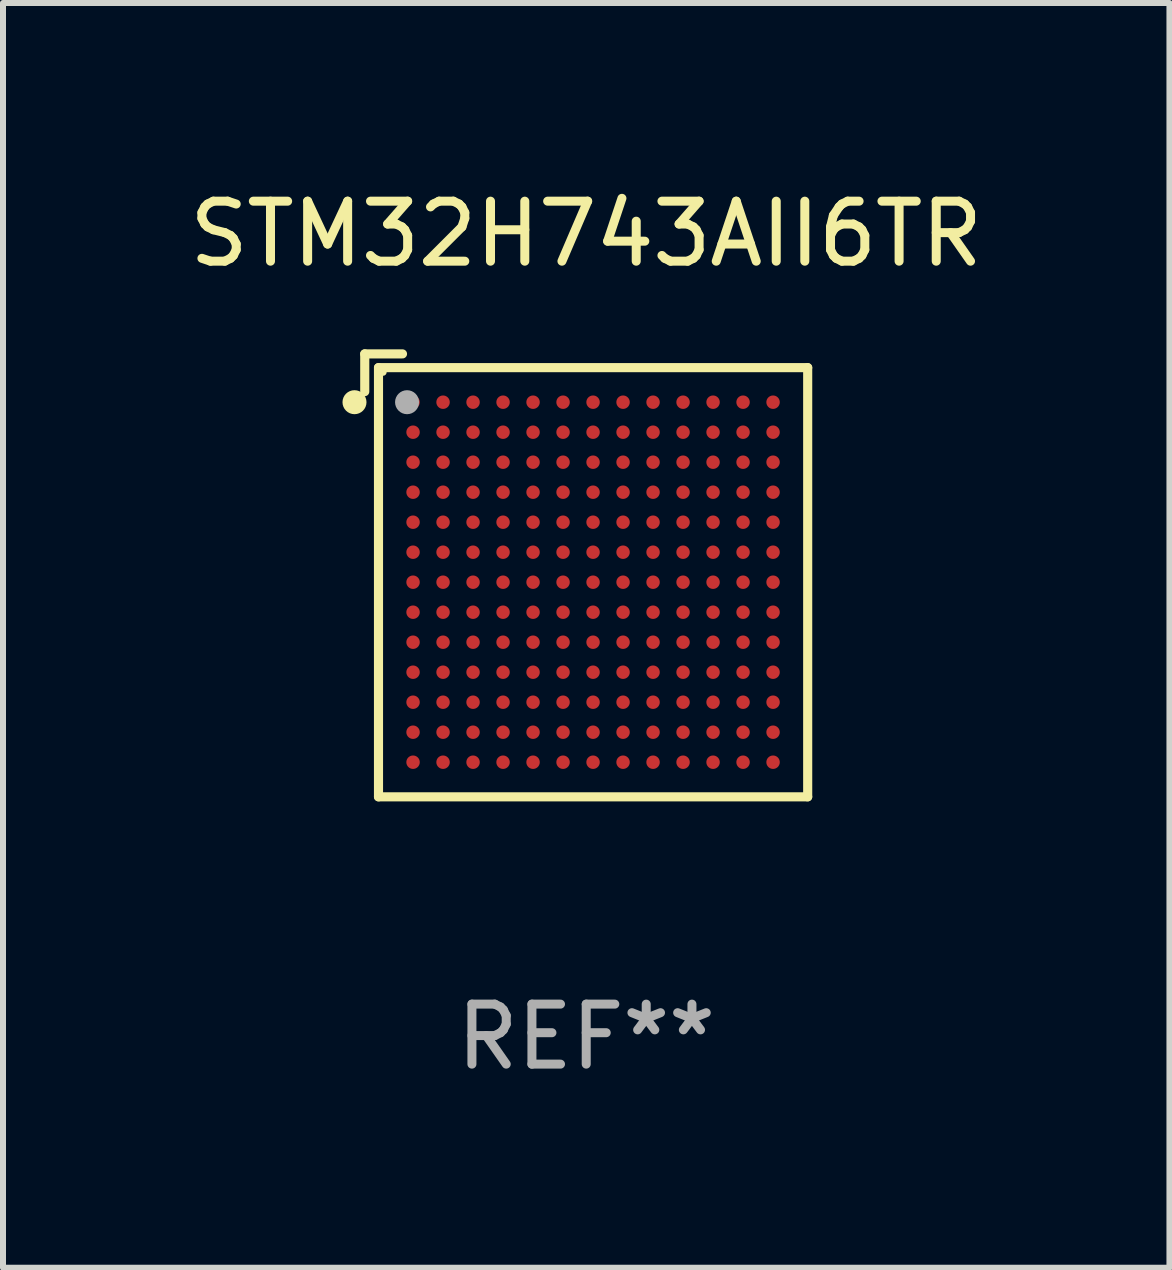
<source format=kicad_pcb>
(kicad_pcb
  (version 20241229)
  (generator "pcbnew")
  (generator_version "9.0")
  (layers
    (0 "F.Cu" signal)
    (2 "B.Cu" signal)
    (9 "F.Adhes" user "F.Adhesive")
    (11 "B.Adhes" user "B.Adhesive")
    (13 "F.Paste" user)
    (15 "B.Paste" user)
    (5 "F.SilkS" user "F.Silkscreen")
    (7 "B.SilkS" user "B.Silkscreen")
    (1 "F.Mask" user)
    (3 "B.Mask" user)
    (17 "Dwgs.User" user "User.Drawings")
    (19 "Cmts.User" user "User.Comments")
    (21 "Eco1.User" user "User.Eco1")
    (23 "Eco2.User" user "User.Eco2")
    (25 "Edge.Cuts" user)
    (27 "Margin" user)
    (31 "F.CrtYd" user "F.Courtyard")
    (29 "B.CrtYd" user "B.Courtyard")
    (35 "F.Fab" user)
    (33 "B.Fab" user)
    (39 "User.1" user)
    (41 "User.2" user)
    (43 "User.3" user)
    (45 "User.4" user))
  (footprint "STM32H743AII6TR"
    (layer "F.Cu")
    (at 6.72 6.539)
    (property "Reference" "STM32H743AII6TR" (at 0 -5.691 0) (layer "F.SilkS") (effects (font (size 1 1) (thickness 0.15))))
    (attr through_hole)
    (fp_line (start -3.691 -3.691) (end -3.691 -3.062) (stroke (width 0.152) (type solid)) (layer "F.SilkS"))
    (fp_line (start -3.462 -3.462) (end 3.691 -3.462) (stroke (width 0.152) (type solid)) (layer "F.SilkS"))
    (fp_line (start -3.462 3.691) (end -3.462 -3.462) (stroke (width 0.152) (type solid)) (layer "F.SilkS"))
    (fp_line (start -3.062 -3.691) (end -3.691 -3.691) (stroke (width 0.152) (type solid)) (layer "F.SilkS"))
    (fp_line (start 3.691 -3.462) (end 3.691 3.691) (stroke (width 0.152) (type solid)) (layer "F.SilkS"))
    (fp_line (start 3.691 3.691) (end -3.462 3.691) (stroke (width 0.152) (type solid)) (layer "F.SilkS"))
    (fp_circle (center -3.862 -2.886) (end -3.762 -2.886) (stroke (width 0.2) (type solid)) (fill no) (layer "F.SilkS"))
    (fp_circle (center -3.386 -3.386) (end -3.356 -3.386) (stroke (width 0.06) (type solid)) (fill no) (layer "F.SilkS"))
    (fp_circle (center -2.986 -2.886) (end -2.886 -2.886) (stroke (width 0.2) (type solid)) (fill no) (layer "F.Fab"))
    (fp_text user "REF**" (at 0 7.691 0) (layer "F.Fab") (effects (font (size 1 1) (thickness 0.15))))
    (pad "A1" smd circle (at -2.886 -2.886) (size 0.224 0.224) (layers "F.Cu" "F.Mask" "F.Paste"))
    (pad "A2" smd circle (at -2.386 -2.886) (size 0.224 0.224) (layers "F.Cu" "F.Mask" "F.Paste"))
    (pad "A3" smd circle (at -1.886 -2.886) (size 0.224 0.224) (layers "F.Cu" "F.Mask" "F.Paste"))
    (pad "A4" smd circle (at -1.386 -2.886) (size 0.224 0.224) (layers "F.Cu" "F.Mask" "F.Paste"))
    (pad "A5" smd circle (at -0.886 -2.886) (size 0.224 0.224) (layers "F.Cu" "F.Mask" "F.Paste"))
    (pad "A6" smd circle (at -0.386 -2.886) (size 0.224 0.224) (layers "F.Cu" "F.Mask" "F.Paste"))
    (pad "A7" smd circle (at 0.114 -2.886) (size 0.224 0.224) (layers "F.Cu" "F.Mask" "F.Paste"))
    (pad "A8" smd circle (at 0.614 -2.886) (size 0.224 0.224) (layers "F.Cu" "F.Mask" "F.Paste"))
    (pad "A9" smd circle (at 1.114 -2.886) (size 0.224 0.224) (layers "F.Cu" "F.Mask" "F.Paste"))
    (pad "A10" smd circle (at 1.614 -2.886) (size 0.224 0.224) (layers "F.Cu" "F.Mask" "F.Paste"))
    (pad "A11" smd circle (at 2.114 -2.886) (size 0.224 0.224) (layers "F.Cu" "F.Mask" "F.Paste"))
    (pad "A12" smd circle (at 2.614 -2.886) (size 0.224 0.224) (layers "F.Cu" "F.Mask" "F.Paste"))
    (pad "A13" smd circle (at 3.114 -2.886) (size 0.224 0.224) (layers "F.Cu" "F.Mask" "F.Paste"))
    (pad "B1" smd circle (at -2.886 -2.386) (size 0.224 0.224) (layers "F.Cu" "F.Mask" "F.Paste"))
    (pad "B2" smd circle (at -2.386 -2.386) (size 0.224 0.224) (layers "F.Cu" "F.Mask" "F.Paste"))
    (pad "B3" smd circle (at -1.886 -2.386) (size 0.224 0.224) (layers "F.Cu" "F.Mask" "F.Paste"))
    (pad "B4" smd circle (at -1.386 -2.386) (size 0.224 0.224) (layers "F.Cu" "F.Mask" "F.Paste"))
    (pad "B5" smd circle (at -0.886 -2.386) (size 0.224 0.224) (layers "F.Cu" "F.Mask" "F.Paste"))
    (pad "B6" smd circle (at -0.386 -2.386) (size 0.224 0.224) (layers "F.Cu" "F.Mask" "F.Paste"))
    (pad "B7" smd circle (at 0.114 -2.386) (size 0.224 0.224) (layers "F.Cu" "F.Mask" "F.Paste"))
    (pad "B8" smd circle (at 0.614 -2.386) (size 0.224 0.224) (layers "F.Cu" "F.Mask" "F.Paste"))
    (pad "B9" smd circle (at 1.114 -2.386) (size 0.224 0.224) (layers "F.Cu" "F.Mask" "F.Paste"))
    (pad "B10" smd circle (at 1.614 -2.386) (size 0.224 0.224) (layers "F.Cu" "F.Mask" "F.Paste"))
    (pad "B11" smd circle (at 2.114 -2.386) (size 0.224 0.224) (layers "F.Cu" "F.Mask" "F.Paste"))
    (pad "B12" smd circle (at 2.614 -2.386) (size 0.224 0.224) (layers "F.Cu" "F.Mask" "F.Paste"))
    (pad "B13" smd circle (at 3.114 -2.386) (size 0.224 0.224) (layers "F.Cu" "F.Mask" "F.Paste"))
    (pad "C1" smd circle (at -2.886 -1.886) (size 0.224 0.224) (layers "F.Cu" "F.Mask" "F.Paste"))
    (pad "C2" smd circle (at -2.386 -1.886) (size 0.224 0.224) (layers "F.Cu" "F.Mask" "F.Paste"))
    (pad "C3" smd circle (at -1.886 -1.886) (size 0.224 0.224) (layers "F.Cu" "F.Mask" "F.Paste"))
    (pad "C4" smd circle (at -1.386 -1.886) (size 0.224 0.224) (layers "F.Cu" "F.Mask" "F.Paste"))
    (pad "C5" smd circle (at -0.886 -1.886) (size 0.224 0.224) (layers "F.Cu" "F.Mask" "F.Paste"))
    (pad "C6" smd circle (at -0.386 -1.886) (size 0.224 0.224) (layers "F.Cu" "F.Mask" "F.Paste"))
    (pad "C7" smd circle (at 0.114 -1.886) (size 0.224 0.224) (layers "F.Cu" "F.Mask" "F.Paste"))
    (pad "C8" smd circle (at 0.614 -1.886) (size 0.224 0.224) (layers "F.Cu" "F.Mask" "F.Paste"))
    (pad "C9" smd circle (at 1.114 -1.886) (size 0.224 0.224) (layers "F.Cu" "F.Mask" "F.Paste"))
    (pad "C10" smd circle (at 1.614 -1.886) (size 0.224 0.224) (layers "F.Cu" "F.Mask" "F.Paste"))
    (pad "C11" smd circle (at 2.114 -1.886) (size 0.224 0.224) (layers "F.Cu" "F.Mask" "F.Paste"))
    (pad "C12" smd circle (at 2.614 -1.886) (size 0.224 0.224) (layers "F.Cu" "F.Mask" "F.Paste"))
    (pad "C13" smd circle (at 3.114 -1.886) (size 0.224 0.224) (layers "F.Cu" "F.Mask" "F.Paste"))
    (pad "D1" smd circle (at -2.886 -1.386) (size 0.224 0.224) (layers "F.Cu" "F.Mask" "F.Paste"))
    (pad "D2" smd circle (at -2.386 -1.386) (size 0.224 0.224) (layers "F.Cu" "F.Mask" "F.Paste"))
    (pad "D3" smd circle (at -1.886 -1.386) (size 0.224 0.224) (layers "F.Cu" "F.Mask" "F.Paste"))
    (pad "D4" smd circle (at -1.386 -1.386) (size 0.224 0.224) (layers "F.Cu" "F.Mask" "F.Paste"))
    (pad "D5" smd circle (at -0.886 -1.386) (size 0.224 0.224) (layers "F.Cu" "F.Mask" "F.Paste"))
    (pad "D6" smd circle (at -0.386 -1.386) (size 0.224 0.224) (layers "F.Cu" "F.Mask" "F.Paste"))
    (pad "D7" smd circle (at 0.114 -1.386) (size 0.224 0.224) (layers "F.Cu" "F.Mask" "F.Paste"))
    (pad "D8" smd circle (at 0.614 -1.386) (size 0.224 0.224) (layers "F.Cu" "F.Mask" "F.Paste"))
    (pad "D9" smd circle (at 1.114 -1.386) (size 0.224 0.224) (layers "F.Cu" "F.Mask" "F.Paste"))
    (pad "D10" smd circle (at 1.614 -1.386) (size 0.224 0.224) (layers "F.Cu" "F.Mask" "F.Paste"))
    (pad "D11" smd circle (at 2.114 -1.386) (size 0.224 0.224) (layers "F.Cu" "F.Mask" "F.Paste"))
    (pad "D12" smd circle (at 2.614 -1.386) (size 0.224 0.224) (layers "F.Cu" "F.Mask" "F.Paste"))
    (pad "D13" smd circle (at 3.114 -1.386) (size 0.224 0.224) (layers "F.Cu" "F.Mask" "F.Paste"))
    (pad "E1" smd circle (at -2.886 -0.886) (size 0.224 0.224) (layers "F.Cu" "F.Mask" "F.Paste"))
    (pad "E2" smd circle (at -2.386 -0.886) (size 0.224 0.224) (layers "F.Cu" "F.Mask" "F.Paste"))
    (pad "E3" smd circle (at -1.886 -0.886) (size 0.224 0.224) (layers "F.Cu" "F.Mask" "F.Paste"))
    (pad "E4" smd circle (at -1.386 -0.886) (size 0.224 0.224) (layers "F.Cu" "F.Mask" "F.Paste"))
    (pad "E5" smd circle (at -0.886 -0.886) (size 0.224 0.224) (layers "F.Cu" "F.Mask" "F.Paste"))
    (pad "E6" smd circle (at -0.386 -0.886) (size 0.224 0.224) (layers "F.Cu" "F.Mask" "F.Paste"))
    (pad "E7" smd circle (at 0.114 -0.886) (size 0.224 0.224) (layers "F.Cu" "F.Mask" "F.Paste"))
    (pad "E8" smd circle (at 0.614 -0.886) (size 0.224 0.224) (layers "F.Cu" "F.Mask" "F.Paste"))
    (pad "E9" smd circle (at 1.114 -0.886) (size 0.224 0.224) (layers "F.Cu" "F.Mask" "F.Paste"))
    (pad "E10" smd circle (at 1.614 -0.886) (size 0.224 0.224) (layers "F.Cu" "F.Mask" "F.Paste"))
    (pad "E11" smd circle (at 2.114 -0.886) (size 0.224 0.224) (layers "F.Cu" "F.Mask" "F.Paste"))
    (pad "E12" smd circle (at 2.614 -0.886) (size 0.224 0.224) (layers "F.Cu" "F.Mask" "F.Paste"))
    (pad "E13" smd circle (at 3.114 -0.886) (size 0.224 0.224) (layers "F.Cu" "F.Mask" "F.Paste"))
    (pad "F1" smd circle (at -2.886 -0.386) (size 0.224 0.224) (layers "F.Cu" "F.Mask" "F.Paste"))
    (pad "F2" smd circle (at -2.386 -0.386) (size 0.224 0.224) (layers "F.Cu" "F.Mask" "F.Paste"))
    (pad "F3" smd circle (at -1.886 -0.386) (size 0.224 0.224) (layers "F.Cu" "F.Mask" "F.Paste"))
    (pad "F4" smd circle (at -1.386 -0.386) (size 0.224 0.224) (layers "F.Cu" "F.Mask" "F.Paste"))
    (pad "F5" smd circle (at -0.886 -0.386) (size 0.224 0.224) (layers "F.Cu" "F.Mask" "F.Paste"))
    (pad "F6" smd circle (at -0.386 -0.386) (size 0.224 0.224) (layers "F.Cu" "F.Mask" "F.Paste"))
    (pad "F7" smd circle (at 0.114 -0.386) (size 0.224 0.224) (layers "F.Cu" "F.Mask" "F.Paste"))
    (pad "F8" smd circle (at 0.614 -0.386) (size 0.224 0.224) (layers "F.Cu" "F.Mask" "F.Paste"))
    (pad "F9" smd circle (at 1.114 -0.386) (size 0.224 0.224) (layers "F.Cu" "F.Mask" "F.Paste"))
    (pad "F10" smd circle (at 1.614 -0.386) (size 0.224 0.224) (layers "F.Cu" "F.Mask" "F.Paste"))
    (pad "F11" smd circle (at 2.114 -0.386) (size 0.224 0.224) (layers "F.Cu" "F.Mask" "F.Paste"))
    (pad "F12" smd circle (at 2.614 -0.386) (size 0.224 0.224) (layers "F.Cu" "F.Mask" "F.Paste"))
    (pad "F13" smd circle (at 3.114 -0.386) (size 0.224 0.224) (layers "F.Cu" "F.Mask" "F.Paste"))
    (pad "G1" smd circle (at -2.886 0.114) (size 0.224 0.224) (layers "F.Cu" "F.Mask" "F.Paste"))
    (pad "G2" smd circle (at -2.386 0.114) (size 0.224 0.224) (layers "F.Cu" "F.Mask" "F.Paste"))
    (pad "G3" smd circle (at -1.886 0.114) (size 0.224 0.224) (layers "F.Cu" "F.Mask" "F.Paste"))
    (pad "G4" smd circle (at -1.386 0.114) (size 0.224 0.224) (layers "F.Cu" "F.Mask" "F.Paste"))
    (pad "G5" smd circle (at -0.886 0.114) (size 0.224 0.224) (layers "F.Cu" "F.Mask" "F.Paste"))
    (pad "G6" smd circle (at -0.386 0.114) (size 0.224 0.224) (layers "F.Cu" "F.Mask" "F.Paste"))
    (pad "G7" smd circle (at 0.114 0.114) (size 0.224 0.224) (layers "F.Cu" "F.Mask" "F.Paste"))
    (pad "G8" smd circle (at 0.614 0.114) (size 0.224 0.224) (layers "F.Cu" "F.Mask" "F.Paste"))
    (pad "G9" smd circle (at 1.114 0.114) (size 0.224 0.224) (layers "F.Cu" "F.Mask" "F.Paste"))
    (pad "G10" smd circle (at 1.614 0.114) (size 0.224 0.224) (layers "F.Cu" "F.Mask" "F.Paste"))
    (pad "G11" smd circle (at 2.114 0.114) (size 0.224 0.224) (layers "F.Cu" "F.Mask" "F.Paste"))
    (pad "G12" smd circle (at 2.614 0.114) (size 0.224 0.224) (layers "F.Cu" "F.Mask" "F.Paste"))
    (pad "G13" smd circle (at 3.114 0.114) (size 0.224 0.224) (layers "F.Cu" "F.Mask" "F.Paste"))
    (pad "H1" smd circle (at -2.886 0.614) (size 0.224 0.224) (layers "F.Cu" "F.Mask" "F.Paste"))
    (pad "H2" smd circle (at -2.386 0.614) (size 0.224 0.224) (layers "F.Cu" "F.Mask" "F.Paste"))
    (pad "H3" smd circle (at -1.886 0.614) (size 0.224 0.224) (layers "F.Cu" "F.Mask" "F.Paste"))
    (pad "H4" smd circle (at -1.386 0.614) (size 0.224 0.224) (layers "F.Cu" "F.Mask" "F.Paste"))
    (pad "H5" smd circle (at -0.886 0.614) (size 0.224 0.224) (layers "F.Cu" "F.Mask" "F.Paste"))
    (pad "H6" smd circle (at -0.386 0.614) (size 0.224 0.224) (layers "F.Cu" "F.Mask" "F.Paste"))
    (pad "H7" smd circle (at 0.114 0.614) (size 0.224 0.224) (layers "F.Cu" "F.Mask" "F.Paste"))
    (pad "H8" smd circle (at 0.614 0.614) (size 0.224 0.224) (layers "F.Cu" "F.Mask" "F.Paste"))
    (pad "H9" smd circle (at 1.114 0.614) (size 0.224 0.224) (layers "F.Cu" "F.Mask" "F.Paste"))
    (pad "H10" smd circle (at 1.614 0.614) (size 0.224 0.224) (layers "F.Cu" "F.Mask" "F.Paste"))
    (pad "H11" smd circle (at 2.114 0.614) (size 0.224 0.224) (layers "F.Cu" "F.Mask" "F.Paste"))
    (pad "H12" smd circle (at 2.614 0.614) (size 0.224 0.224) (layers "F.Cu" "F.Mask" "F.Paste"))
    (pad "H13" smd circle (at 3.114 0.614) (size 0.224 0.224) (layers "F.Cu" "F.Mask" "F.Paste"))
    (pad "J1" smd circle (at -2.886 1.114) (size 0.224 0.224) (layers "F.Cu" "F.Mask" "F.Paste"))
    (pad "J2" smd circle (at -2.386 1.114) (size 0.224 0.224) (layers "F.Cu" "F.Mask" "F.Paste"))
    (pad "J3" smd circle (at -1.886 1.114) (size 0.224 0.224) (layers "F.Cu" "F.Mask" "F.Paste"))
    (pad "J4" smd circle (at -1.386 1.114) (size 0.224 0.224) (layers "F.Cu" "F.Mask" "F.Paste"))
    (pad "J5" smd circle (at -0.886 1.114) (size 0.224 0.224) (layers "F.Cu" "F.Mask" "F.Paste"))
    (pad "J6" smd circle (at -0.386 1.114) (size 0.224 0.224) (layers "F.Cu" "F.Mask" "F.Paste"))
    (pad "J7" smd circle (at 0.114 1.114) (size 0.224 0.224) (layers "F.Cu" "F.Mask" "F.Paste"))
    (pad "J8" smd circle (at 0.614 1.114) (size 0.224 0.224) (layers "F.Cu" "F.Mask" "F.Paste"))
    (pad "J9" smd circle (at 1.114 1.114) (size 0.224 0.224) (layers "F.Cu" "F.Mask" "F.Paste"))
    (pad "J10" smd circle (at 1.614 1.114) (size 0.224 0.224) (layers "F.Cu" "F.Mask" "F.Paste"))
    (pad "J11" smd circle (at 2.114 1.114) (size 0.224 0.224) (layers "F.Cu" "F.Mask" "F.Paste"))
    (pad "J12" smd circle (at 2.614 1.114) (size 0.224 0.224) (layers "F.Cu" "F.Mask" "F.Paste"))
    (pad "J13" smd circle (at 3.114 1.114) (size 0.224 0.224) (layers "F.Cu" "F.Mask" "F.Paste"))
    (pad "K1" smd circle (at -2.886 1.614) (size 0.224 0.224) (layers "F.Cu" "F.Mask" "F.Paste"))
    (pad "K2" smd circle (at -2.386 1.614) (size 0.224 0.224) (layers "F.Cu" "F.Mask" "F.Paste"))
    (pad "K3" smd circle (at -1.886 1.614) (size 0.224 0.224) (layers "F.Cu" "F.Mask" "F.Paste"))
    (pad "K4" smd circle (at -1.386 1.614) (size 0.224 0.224) (layers "F.Cu" "F.Mask" "F.Paste"))
    (pad "K5" smd circle (at -0.886 1.614) (size 0.224 0.224) (layers "F.Cu" "F.Mask" "F.Paste"))
    (pad "K6" smd circle (at -0.386 1.614) (size 0.224 0.224) (layers "F.Cu" "F.Mask" "F.Paste"))
    (pad "K7" smd circle (at 0.114 1.614) (size 0.224 0.224) (layers "F.Cu" "F.Mask" "F.Paste"))
    (pad "K8" smd circle (at 0.614 1.614) (size 0.224 0.224) (layers "F.Cu" "F.Mask" "F.Paste"))
    (pad "K9" smd circle (at 1.114 1.614) (size 0.224 0.224) (layers "F.Cu" "F.Mask" "F.Paste"))
    (pad "K10" smd circle (at 1.614 1.614) (size 0.224 0.224) (layers "F.Cu" "F.Mask" "F.Paste"))
    (pad "K11" smd circle (at 2.114 1.614) (size 0.224 0.224) (layers "F.Cu" "F.Mask" "F.Paste"))
    (pad "K12" smd circle (at 2.614 1.614) (size 0.224 0.224) (layers "F.Cu" "F.Mask" "F.Paste"))
    (pad "K13" smd circle (at 3.114 1.614) (size 0.224 0.224) (layers "F.Cu" "F.Mask" "F.Paste"))
    (pad "L1" smd circle (at -2.886 2.114) (size 0.224 0.224) (layers "F.Cu" "F.Mask" "F.Paste"))
    (pad "L2" smd circle (at -2.386 2.114) (size 0.224 0.224) (layers "F.Cu" "F.Mask" "F.Paste"))
    (pad "L3" smd circle (at -1.886 2.114) (size 0.224 0.224) (layers "F.Cu" "F.Mask" "F.Paste"))
    (pad "L4" smd circle (at -1.386 2.114) (size 0.224 0.224) (layers "F.Cu" "F.Mask" "F.Paste"))
    (pad "L5" smd circle (at -0.886 2.114) (size 0.224 0.224) (layers "F.Cu" "F.Mask" "F.Paste"))
    (pad "L6" smd circle (at -0.386 2.114) (size 0.224 0.224) (layers "F.Cu" "F.Mask" "F.Paste"))
    (pad "L7" smd circle (at 0.114 2.114) (size 0.224 0.224) (layers "F.Cu" "F.Mask" "F.Paste"))
    (pad "L8" smd circle (at 0.614 2.114) (size 0.224 0.224) (layers "F.Cu" "F.Mask" "F.Paste"))
    (pad "L9" smd circle (at 1.114 2.114) (size 0.224 0.224) (layers "F.Cu" "F.Mask" "F.Paste"))
    (pad "L10" smd circle (at 1.614 2.114) (size 0.224 0.224) (layers "F.Cu" "F.Mask" "F.Paste"))
    (pad "L11" smd circle (at 2.114 2.114) (size 0.224 0.224) (layers "F.Cu" "F.Mask" "F.Paste"))
    (pad "L12" smd circle (at 2.614 2.114) (size 0.224 0.224) (layers "F.Cu" "F.Mask" "F.Paste"))
    (pad "L13" smd circle (at 3.114 2.114) (size 0.224 0.224) (layers "F.Cu" "F.Mask" "F.Paste"))
    (pad "M1" smd circle (at -2.886 2.614) (size 0.224 0.224) (layers "F.Cu" "F.Mask" "F.Paste"))
    (pad "M2" smd circle (at -2.386 2.614) (size 0.224 0.224) (layers "F.Cu" "F.Mask" "F.Paste"))
    (pad "M3" smd circle (at -1.886 2.614) (size 0.224 0.224) (layers "F.Cu" "F.Mask" "F.Paste"))
    (pad "M4" smd circle (at -1.386 2.614) (size 0.224 0.224) (layers "F.Cu" "F.Mask" "F.Paste"))
    (pad "M5" smd circle (at -0.886 2.614) (size 0.224 0.224) (layers "F.Cu" "F.Mask" "F.Paste"))
    (pad "M6" smd circle (at -0.386 2.614) (size 0.224 0.224) (layers "F.Cu" "F.Mask" "F.Paste"))
    (pad "M7" smd circle (at 0.114 2.614) (size 0.224 0.224) (layers "F.Cu" "F.Mask" "F.Paste"))
    (pad "M8" smd circle (at 0.614 2.614) (size 0.224 0.224) (layers "F.Cu" "F.Mask" "F.Paste"))
    (pad "M9" smd circle (at 1.114 2.614) (size 0.224 0.224) (layers "F.Cu" "F.Mask" "F.Paste"))
    (pad "M10" smd circle (at 1.614 2.614) (size 0.224 0.224) (layers "F.Cu" "F.Mask" "F.Paste"))
    (pad "M11" smd circle (at 2.114 2.614) (size 0.224 0.224) (layers "F.Cu" "F.Mask" "F.Paste"))
    (pad "M12" smd circle (at 2.614 2.614) (size 0.224 0.224) (layers "F.Cu" "F.Mask" "F.Paste"))
    (pad "M13" smd circle (at 3.114 2.614) (size 0.224 0.224) (layers "F.Cu" "F.Mask" "F.Paste"))
    (pad "N1" smd circle (at -2.886 3.114) (size 0.224 0.224) (layers "F.Cu" "F.Mask" "F.Paste"))
    (pad "N2" smd circle (at -2.386 3.114) (size 0.224 0.224) (layers "F.Cu" "F.Mask" "F.Paste"))
    (pad "N3" smd circle (at -1.886 3.114) (size 0.224 0.224) (layers "F.Cu" "F.Mask" "F.Paste"))
    (pad "N4" smd circle (at -1.386 3.114) (size 0.224 0.224) (layers "F.Cu" "F.Mask" "F.Paste"))
    (pad "N5" smd circle (at -0.886 3.114) (size 0.224 0.224) (layers "F.Cu" "F.Mask" "F.Paste"))
    (pad "N6" smd circle (at -0.386 3.114) (size 0.224 0.224) (layers "F.Cu" "F.Mask" "F.Paste"))
    (pad "N7" smd circle (at 0.114 3.114) (size 0.224 0.224) (layers "F.Cu" "F.Mask" "F.Paste"))
    (pad "N8" smd circle (at 0.614 3.114) (size 0.224 0.224) (layers "F.Cu" "F.Mask" "F.Paste"))
    (pad "N9" smd circle (at 1.114 3.114) (size 0.224 0.224) (layers "F.Cu" "F.Mask" "F.Paste"))
    (pad "N10" smd circle (at 1.614 3.114) (size 0.224 0.224) (layers "F.Cu" "F.Mask" "F.Paste"))
    (pad "N11" smd circle (at 2.114 3.114) (size 0.224 0.224) (layers "F.Cu" "F.Mask" "F.Paste"))
    (pad "N12" smd circle (at 2.614 3.114) (size 0.224 0.224) (layers "F.Cu" "F.Mask" "F.Paste"))
    (pad "N13" smd circle (at 3.114 3.114) (size 0.224 0.224) (layers "F.Cu" "F.Mask" "F.Paste")))
  (gr_rect
    (start -3 -3)
    (end 16.44 18.078)
    (stroke (width 0.1) (type default))
    (fill no)
    (layer "Edge.Cuts")))
</source>
